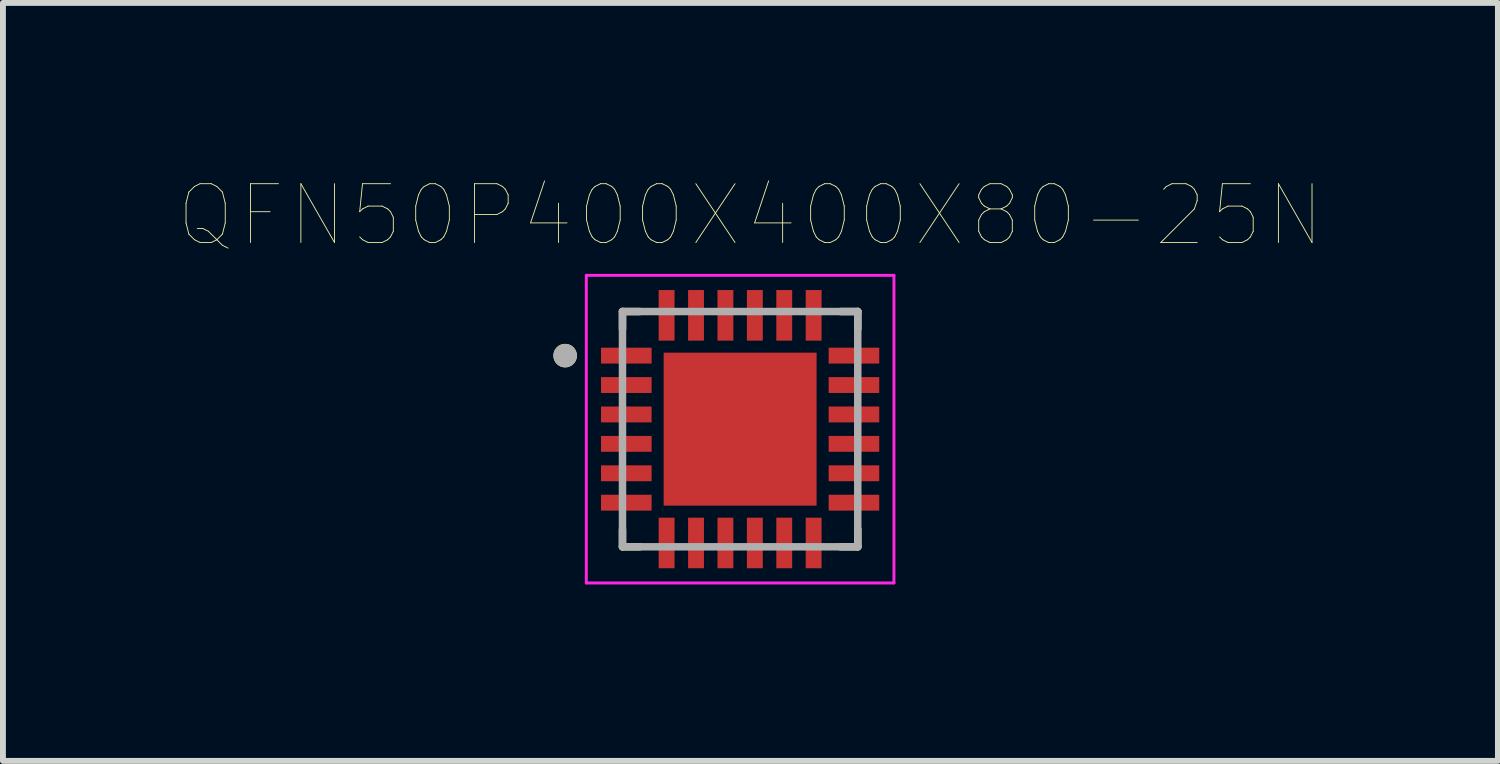
<source format=kicad_pcb>
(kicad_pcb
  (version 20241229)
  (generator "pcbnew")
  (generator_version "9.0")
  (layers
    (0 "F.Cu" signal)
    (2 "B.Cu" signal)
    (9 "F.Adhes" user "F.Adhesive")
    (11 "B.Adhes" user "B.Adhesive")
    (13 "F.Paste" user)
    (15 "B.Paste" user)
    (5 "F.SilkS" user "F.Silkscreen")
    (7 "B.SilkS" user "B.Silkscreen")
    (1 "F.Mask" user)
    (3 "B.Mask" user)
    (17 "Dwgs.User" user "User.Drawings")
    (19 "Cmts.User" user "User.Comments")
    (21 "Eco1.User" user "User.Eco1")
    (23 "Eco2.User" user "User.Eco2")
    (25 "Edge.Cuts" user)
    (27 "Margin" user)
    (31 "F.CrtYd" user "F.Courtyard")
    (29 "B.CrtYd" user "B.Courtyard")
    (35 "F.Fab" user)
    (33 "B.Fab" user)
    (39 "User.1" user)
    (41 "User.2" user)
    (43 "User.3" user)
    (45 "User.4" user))
  (footprint "QFN50P400X400X80-25N"
    (layer "F.Cu")
    (at 9.533 4.246)
    (property "Reference" "QFN50P400X400X80-25N" (at 0.175 -3.635 0) (layer "F.SilkS") (effects (font (size 1 1) (thickness 0.015))))
    (attr through_hole)
    (fp_line (start -2 -2) (end -2 -1.705) (stroke (width 0.127) (type solid)) (layer "F.SilkS"))
    (fp_line (start -2 -2) (end -1.705 -2) (stroke (width 0.127) (type solid)) (layer "F.SilkS"))
    (fp_line (start -2 2) (end -2 1.705) (stroke (width 0.127) (type solid)) (layer "F.SilkS"))
    (fp_line (start -2 2) (end -1.705 2) (stroke (width 0.127) (type solid)) (layer "F.SilkS"))
    (fp_line (start 2 -2) (end 1.705 -2) (stroke (width 0.127) (type solid)) (layer "F.SilkS"))
    (fp_line (start 2 -2) (end 2 -1.705) (stroke (width 0.127) (type solid)) (layer "F.SilkS"))
    (fp_line (start 2 2) (end 1.705 2) (stroke (width 0.127) (type solid)) (layer "F.SilkS"))
    (fp_line (start 2 2) (end 2 1.705) (stroke (width 0.127) (type solid)) (layer "F.SilkS"))
    (fp_circle (center -2.975 -1.25) (end -2.875 -1.25) (stroke (width 0.2) (type solid)) (fill no) (layer "F.SilkS"))
    (fp_poly (pts (xy -0.82 -0.82) (xy 0.82 -0.82) (xy 0.82 0.82) (xy -0.82 0.82)) (stroke (width 0.01) (type solid)) (fill yes) (layer "F.Paste"))
    (fp_line (start -2.615 -2.615) (end 2.615 -2.615) (stroke (width 0.05) (type solid)) (layer "F.CrtYd"))
    (fp_line (start -2.615 2.615) (end -2.615 -2.615) (stroke (width 0.05) (type solid)) (layer "F.CrtYd"))
    (fp_line (start -2.615 2.615) (end 2.615 2.615) (stroke (width 0.05) (type solid)) (layer "F.CrtYd"))
    (fp_line (start 2.615 2.615) (end 2.615 -2.615) (stroke (width 0.05) (type solid)) (layer "F.CrtYd"))
    (fp_line (start -2 2) (end -2 -2) (stroke (width 0.127) (type solid)) (layer "F.Fab"))
    (fp_line (start 2 -2) (end -2 -2) (stroke (width 0.127) (type solid)) (layer "F.Fab"))
    (fp_line (start 2 2) (end -2 2) (stroke (width 0.127) (type solid)) (layer "F.Fab"))
    (fp_line (start 2 2) (end 2 -2) (stroke (width 0.127) (type solid)) (layer "F.Fab"))
    (fp_circle (center -2.975 -1.25) (end -2.875 -1.25) (stroke (width 0.2) (type solid)) (fill no) (layer "F.Fab"))
    (pad "1" smd rect (at -1.935 -1.25) (size 0.86 0.27) (layers "F.Cu" "F.Mask" "F.Paste"))
    (pad "2" smd rect (at -1.935 -0.75) (size 0.86 0.27) (layers "F.Cu" "F.Mask" "F.Paste"))
    (pad "3" smd rect (at -1.935 -0.25) (size 0.86 0.27) (layers "F.Cu" "F.Mask" "F.Paste"))
    (pad "4" smd rect (at -1.935 0.25) (size 0.86 0.27) (layers "F.Cu" "F.Mask" "F.Paste"))
    (pad "5" smd rect (at -1.935 0.75) (size 0.86 0.27) (layers "F.Cu" "F.Mask" "F.Paste"))
    (pad "6" smd rect (at -1.935 1.25) (size 0.86 0.27) (layers "F.Cu" "F.Mask" "F.Paste"))
    (pad "7" smd rect (at -1.25 1.935) (size 0.27 0.86) (layers "F.Cu" "F.Mask" "F.Paste"))
    (pad "8" smd rect (at -0.75 1.935) (size 0.27 0.86) (layers "F.Cu" "F.Mask" "F.Paste"))
    (pad "9" smd rect (at -0.25 1.935) (size 0.27 0.86) (layers "F.Cu" "F.Mask" "F.Paste"))
    (pad "10" smd rect (at 0.25 1.935) (size 0.27 0.86) (layers "F.Cu" "F.Mask" "F.Paste"))
    (pad "11" smd rect (at 0.75 1.935) (size 0.27 0.86) (layers "F.Cu" "F.Mask" "F.Paste"))
    (pad "12" smd rect (at 1.25 1.935) (size 0.27 0.86) (layers "F.Cu" "F.Mask" "F.Paste"))
    (pad "13" smd rect (at 1.935 1.25) (size 0.86 0.27) (layers "F.Cu" "F.Mask" "F.Paste"))
    (pad "14" smd rect (at 1.935 0.75) (size 0.86 0.27) (layers "F.Cu" "F.Mask" "F.Paste"))
    (pad "15" smd rect (at 1.935 0.25) (size 0.86 0.27) (layers "F.Cu" "F.Mask" "F.Paste"))
    (pad "16" smd rect (at 1.935 -0.25) (size 0.86 0.27) (layers "F.Cu" "F.Mask" "F.Paste"))
    (pad "17" smd rect (at 1.935 -0.75) (size 0.86 0.27) (layers "F.Cu" "F.Mask" "F.Paste"))
    (pad "18" smd rect (at 1.935 -1.25) (size 0.86 0.27) (layers "F.Cu" "F.Mask" "F.Paste"))
    (pad "19" smd rect (at 1.25 -1.935) (size 0.27 0.86) (layers "F.Cu" "F.Mask" "F.Paste"))
    (pad "20" smd rect (at 0.75 -1.935) (size 0.27 0.86) (layers "F.Cu" "F.Mask" "F.Paste"))
    (pad "21" smd rect (at 0.25 -1.935) (size 0.27 0.86) (layers "F.Cu" "F.Mask" "F.Paste"))
    (pad "22" smd rect (at -0.25 -1.935) (size 0.27 0.86) (layers "F.Cu" "F.Mask" "F.Paste"))
    (pad "23" smd rect (at -0.75 -1.935) (size 0.27 0.86) (layers "F.Cu" "F.Mask" "F.Paste"))
    (pad "24" smd rect (at -1.25 -1.935) (size 0.27 0.86) (layers "F.Cu" "F.Mask" "F.Paste"))
    (pad "25" smd rect (at 0 0) (size 2.6 2.6) (layers "F.Cu" "F.Mask")))
  (gr_rect
    (start -3 -3)
    (end 22.416 9.886)
    (stroke (width 0.1) (type default))
    (fill no)
    (layer "Edge.Cuts")))
</source>
